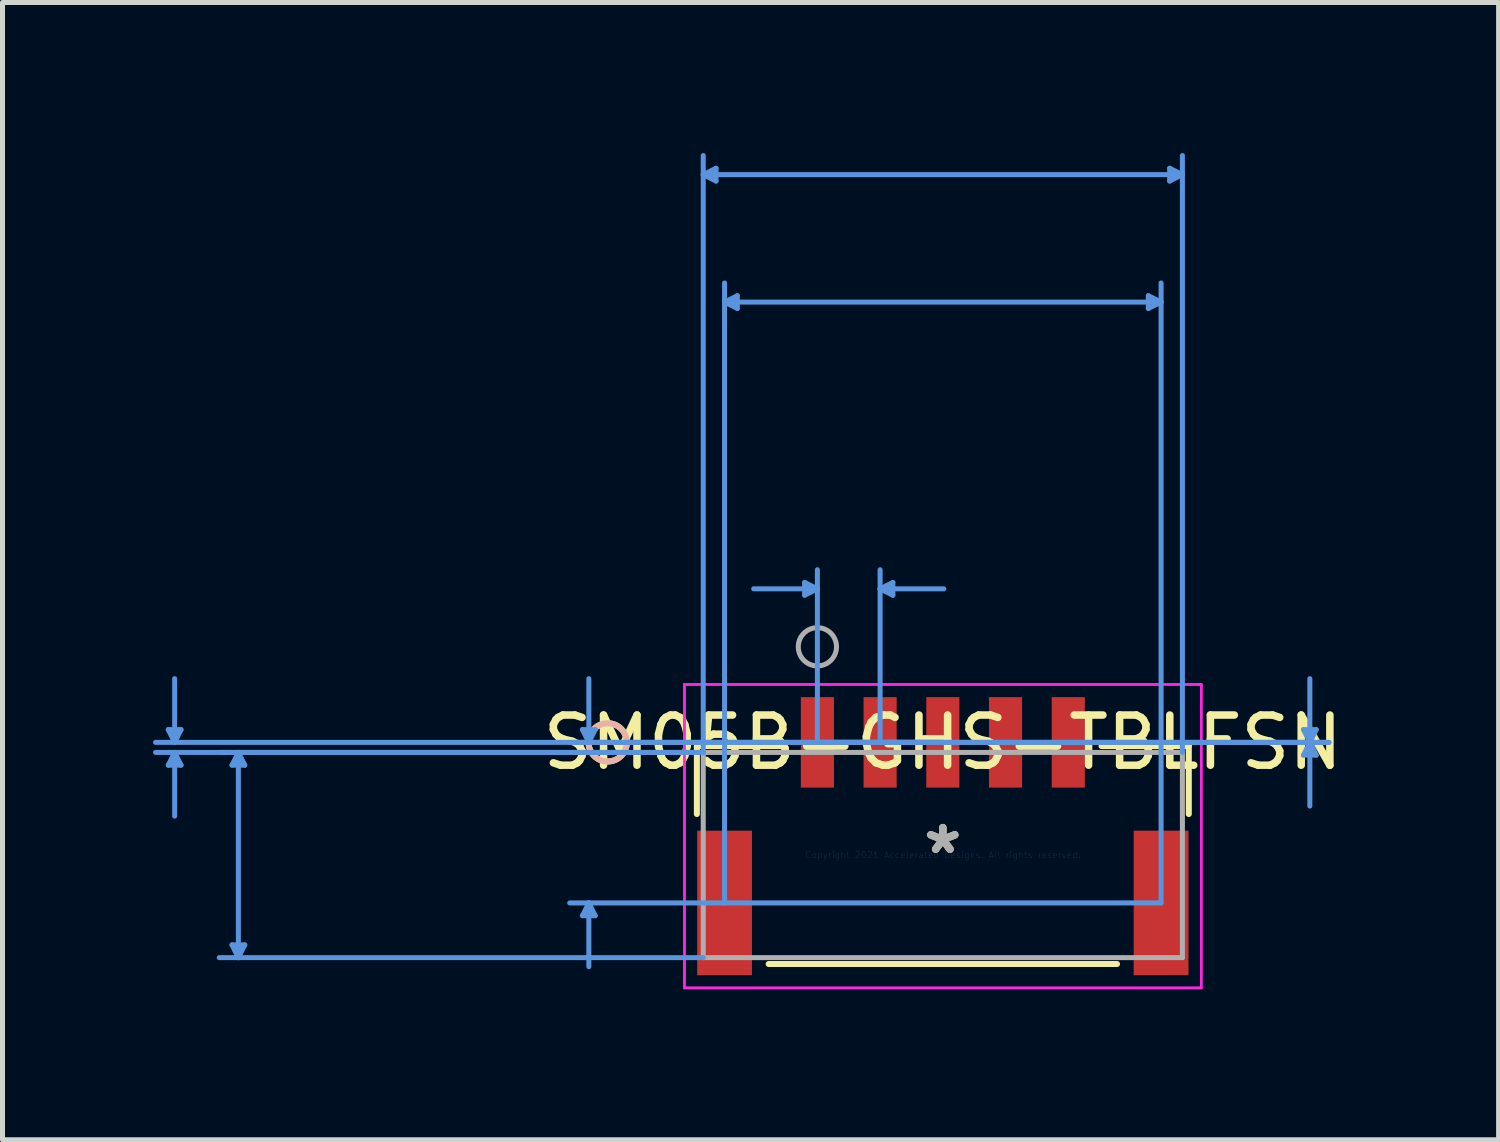
<source format=kicad_pcb>
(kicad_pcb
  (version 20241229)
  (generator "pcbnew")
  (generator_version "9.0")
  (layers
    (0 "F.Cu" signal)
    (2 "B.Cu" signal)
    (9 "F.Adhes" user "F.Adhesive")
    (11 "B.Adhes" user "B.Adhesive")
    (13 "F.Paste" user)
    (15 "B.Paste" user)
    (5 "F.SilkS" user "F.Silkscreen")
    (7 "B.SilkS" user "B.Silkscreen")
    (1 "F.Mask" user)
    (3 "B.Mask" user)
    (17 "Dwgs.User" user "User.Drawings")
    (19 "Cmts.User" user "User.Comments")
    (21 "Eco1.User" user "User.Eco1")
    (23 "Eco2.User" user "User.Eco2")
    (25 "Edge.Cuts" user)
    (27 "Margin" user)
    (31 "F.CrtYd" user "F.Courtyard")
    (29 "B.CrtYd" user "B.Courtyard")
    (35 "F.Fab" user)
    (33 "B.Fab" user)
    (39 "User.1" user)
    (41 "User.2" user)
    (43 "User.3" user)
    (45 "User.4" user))
  (footprint "SM05B-GHS-TBLFSN"
    (layer "F.Cu")
    (at 15.741 13.991)
    (property "Reference" "SM05B-GHS-TBLFSN" (at 0 -2.245 0) (layer "F.SilkS") (effects (font (size 1 1) (thickness 0.15))))
    (attr through_hole)
    (fp_line (start -4.902 -2.172) (end -4.902 -0.817) (stroke (width 0.12) (type solid)) (layer "F.SilkS"))
    (fp_line (start -3.471 2.172) (end 3.471 2.172) (stroke (width 0.12) (type solid)) (layer "F.SilkS"))
    (fp_line (start -3.163 -2.172) (end -4.902 -2.172) (stroke (width 0.12) (type solid)) (layer "F.SilkS"))
    (fp_line (start 4.902 -2.172) (end 3.163 -2.172) (stroke (width 0.12) (type solid)) (layer "F.SilkS"))
    (fp_line (start 4.902 -0.817) (end 4.902 -2.172) (stroke (width 0.12) (type solid)) (layer "F.SilkS"))
    (fp_circle (center -6.68 -2.245) (end -6.299 -2.245) (stroke (width 0.12) (type solid)) (fill no) (layer "F.SilkS"))
    (fp_circle (center -6.68 -2.245) (end -6.299 -2.245) (stroke (width 0.12) (type solid)) (fill no) (layer "B.SilkS"))
    (fp_line (start -15.437 -2.499) (end -15.183 -2.499) (stroke (width 0.1) (type solid)) (layer "Cmts.User"))
    (fp_line (start -15.437 -1.791) (end -15.183 -1.791) (stroke (width 0.1) (type solid)) (layer "Cmts.User"))
    (fp_line (start -15.31 -2.245) (end -15.437 -2.499) (stroke (width 0.1) (type solid)) (layer "Cmts.User"))
    (fp_line (start -15.31 -2.245) (end -15.31 -3.515) (stroke (width 0.1) (type solid)) (layer "Cmts.User"))
    (fp_line (start -15.31 -2.245) (end -15.183 -2.499) (stroke (width 0.1) (type solid)) (layer "Cmts.User"))
    (fp_line (start -15.31 -2.045) (end -15.437 -1.791) (stroke (width 0.1) (type solid)) (layer "Cmts.User"))
    (fp_line (start -15.31 -2.045) (end -15.31 -0.775) (stroke (width 0.1) (type solid)) (layer "Cmts.User"))
    (fp_line (start -15.31 -2.045) (end -15.183 -1.791) (stroke (width 0.1) (type solid)) (layer "Cmts.User"))
    (fp_line (start -14.167 -1.791) (end -13.913 -1.791) (stroke (width 0.1) (type solid)) (layer "Cmts.User"))
    (fp_line (start -14.167 1.791) (end -13.913 1.791) (stroke (width 0.1) (type solid)) (layer "Cmts.User"))
    (fp_line (start -14.04 -2.045) (end -14.167 -1.791) (stroke (width 0.1) (type solid)) (layer "Cmts.User"))
    (fp_line (start -14.04 -2.045) (end -14.04 2.045) (stroke (width 0.1) (type solid)) (layer "Cmts.User"))
    (fp_line (start -14.04 -2.045) (end -13.913 -1.791) (stroke (width 0.1) (type solid)) (layer "Cmts.User"))
    (fp_line (start -14.04 2.045) (end -14.167 1.791) (stroke (width 0.1) (type solid)) (layer "Cmts.User"))
    (fp_line (start -14.04 2.045) (end -13.913 1.791) (stroke (width 0.1) (type solid)) (layer "Cmts.User"))
    (fp_line (start -7.182 -2.499) (end -6.928 -2.499) (stroke (width 0.1) (type solid)) (layer "Cmts.User"))
    (fp_line (start -7.182 1.209) (end -6.928 1.209) (stroke (width 0.1) (type solid)) (layer "Cmts.User"))
    (fp_line (start -7.055 -2.245) (end -7.182 -2.499) (stroke (width 0.1) (type solid)) (layer "Cmts.User"))
    (fp_line (start -7.055 -2.245) (end -7.055 -3.515) (stroke (width 0.1) (type solid)) (layer "Cmts.User"))
    (fp_line (start -7.055 -2.245) (end -6.928 -2.499) (stroke (width 0.1) (type solid)) (layer "Cmts.User"))
    (fp_line (start -7.055 0.955) (end -7.182 1.209) (stroke (width 0.1) (type solid)) (layer "Cmts.User"))
    (fp_line (start -7.055 0.955) (end -7.055 2.225) (stroke (width 0.1) (type solid)) (layer "Cmts.User"))
    (fp_line (start -7.055 0.955) (end -6.928 1.209) (stroke (width 0.1) (type solid)) (layer "Cmts.User"))
    (fp_line (start -4.775 -13.56) (end -4.521 -13.687) (stroke (width 0.1) (type solid)) (layer "Cmts.User"))
    (fp_line (start -4.775 -13.56) (end -4.521 -13.433) (stroke (width 0.1) (type solid)) (layer "Cmts.User"))
    (fp_line (start -4.775 -13.56) (end 4.775 -13.56) (stroke (width 0.1) (type solid)) (layer "Cmts.User"))
    (fp_line (start -4.775 -2.045) (end -15.691 -2.045) (stroke (width 0.1) (type solid)) (layer "Cmts.User"))
    (fp_line (start -4.775 -2.045) (end -14.421 -2.045) (stroke (width 0.1) (type solid)) (layer "Cmts.User"))
    (fp_line (start -4.775 -2.045) (end -4.775 -13.941) (stroke (width 0.1) (type solid)) (layer "Cmts.User"))
    (fp_line (start -4.775 2.045) (end -14.421 2.045) (stroke (width 0.1) (type solid)) (layer "Cmts.User"))
    (fp_line (start -4.521 -13.687) (end -4.521 -13.433) (stroke (width 0.1) (type solid)) (layer "Cmts.User"))
    (fp_line (start -4.35 -11.02) (end -4.096 -11.147) (stroke (width 0.1) (type solid)) (layer "Cmts.User"))
    (fp_line (start -4.35 -11.02) (end -4.096 -10.893) (stroke (width 0.1) (type solid)) (layer "Cmts.User"))
    (fp_line (start -4.35 -11.02) (end 4.35 -11.02) (stroke (width 0.1) (type solid)) (layer "Cmts.User"))
    (fp_line (start -4.35 0.955) (end -4.35 -11.401) (stroke (width 0.1) (type solid)) (layer "Cmts.User"))
    (fp_line (start -4.096 -11.147) (end -4.096 -10.893) (stroke (width 0.1) (type solid)) (layer "Cmts.User"))
    (fp_line (start -2.754 -5.432) (end -2.754 -5.178) (stroke (width 0.1) (type solid)) (layer "Cmts.User"))
    (fp_line (start -2.5 -5.305) (end -3.77 -5.305) (stroke (width 0.1) (type solid)) (layer "Cmts.User"))
    (fp_line (start -2.5 -5.305) (end -2.754 -5.432) (stroke (width 0.1) (type solid)) (layer "Cmts.User"))
    (fp_line (start -2.5 -5.305) (end -2.754 -5.178) (stroke (width 0.1) (type solid)) (layer "Cmts.User"))
    (fp_line (start -2.5 -2.245) (end -2.5 -5.686) (stroke (width 0.1) (type solid)) (layer "Cmts.User"))
    (fp_line (start -2.5 -2.245) (end 7.696 -2.245) (stroke (width 0.1) (type solid)) (layer "Cmts.User"))
    (fp_line (start -2.5 -2.245) (end 7.696 -2.245) (stroke (width 0.1) (type solid)) (layer "Cmts.User"))
    (fp_line (start -1.25 -5.305) (end -0.996 -5.432) (stroke (width 0.1) (type solid)) (layer "Cmts.User"))
    (fp_line (start -1.25 -5.305) (end -0.996 -5.178) (stroke (width 0.1) (type solid)) (layer "Cmts.User"))
    (fp_line (start -1.25 -5.305) (end 0.02 -5.305) (stroke (width 0.1) (type solid)) (layer "Cmts.User"))
    (fp_line (start -1.25 -2.245) (end -1.25 -5.686) (stroke (width 0.1) (type solid)) (layer "Cmts.User"))
    (fp_line (start -0.996 -5.432) (end -0.996 -5.178) (stroke (width 0.1) (type solid)) (layer "Cmts.User"))
    (fp_line (start 0 -2.245) (end -15.691 -2.245) (stroke (width 0.1) (type solid)) (layer "Cmts.User"))
    (fp_line (start 0 -2.245) (end -7.436 -2.245) (stroke (width 0.1) (type solid)) (layer "Cmts.User"))
    (fp_line (start 4.096 -11.147) (end 4.096 -10.893) (stroke (width 0.1) (type solid)) (layer "Cmts.User"))
    (fp_line (start 4.35 -11.02) (end 4.096 -11.147) (stroke (width 0.1) (type solid)) (layer "Cmts.User"))
    (fp_line (start 4.35 -11.02) (end 4.096 -10.893) (stroke (width 0.1) (type solid)) (layer "Cmts.User"))
    (fp_line (start 4.35 0.955) (end -7.436 0.955) (stroke (width 0.1) (type solid)) (layer "Cmts.User"))
    (fp_line (start 4.35 0.955) (end 4.35 -11.401) (stroke (width 0.1) (type solid)) (layer "Cmts.User"))
    (fp_line (start 4.521 -13.687) (end 4.521 -13.433) (stroke (width 0.1) (type solid)) (layer "Cmts.User"))
    (fp_line (start 4.775 -13.56) (end 4.521 -13.687) (stroke (width 0.1) (type solid)) (layer "Cmts.User"))
    (fp_line (start 4.775 -13.56) (end 4.521 -13.433) (stroke (width 0.1) (type solid)) (layer "Cmts.User"))
    (fp_line (start 4.775 -2.045) (end 4.775 -13.941) (stroke (width 0.1) (type solid)) (layer "Cmts.User"))
    (fp_line (start 7.188 -2.499) (end 7.442 -2.499) (stroke (width 0.1) (type solid)) (layer "Cmts.User"))
    (fp_line (start 7.188 -1.991) (end 7.442 -1.991) (stroke (width 0.1) (type solid)) (layer "Cmts.User"))
    (fp_line (start 7.315 -2.245) (end 7.188 -2.499) (stroke (width 0.1) (type solid)) (layer "Cmts.User"))
    (fp_line (start 7.315 -2.245) (end 7.188 -1.991) (stroke (width 0.1) (type solid)) (layer "Cmts.User"))
    (fp_line (start 7.315 -2.245) (end 7.315 -3.515) (stroke (width 0.1) (type solid)) (layer "Cmts.User"))
    (fp_line (start 7.315 -2.245) (end 7.315 -0.975) (stroke (width 0.1) (type solid)) (layer "Cmts.User"))
    (fp_line (start 7.315 -2.245) (end 7.442 -2.499) (stroke (width 0.1) (type solid)) (layer "Cmts.User"))
    (fp_line (start 7.315 -2.245) (end 7.442 -1.991) (stroke (width 0.1) (type solid)) (layer "Cmts.User"))
    (fp_line (start -5.15 -3.4) (end -5.15 2.649) (stroke (width 0.05) (type solid)) (layer "F.CrtYd"))
    (fp_line (start -5.15 -3.4) (end -5.15 2.649) (stroke (width 0.05) (type solid)) (layer "F.CrtYd"))
    (fp_line (start -5.15 2.649) (end 5.15 2.649) (stroke (width 0.05) (type solid)) (layer "F.CrtYd"))
    (fp_line (start -5.15 2.649) (end 5.15 2.649) (stroke (width 0.05) (type solid)) (layer "F.CrtYd"))
    (fp_line (start 5.15 -3.4) (end -5.15 -3.4) (stroke (width 0.05) (type solid)) (layer "F.CrtYd"))
    (fp_line (start 5.15 -3.4) (end -5.15 -3.4) (stroke (width 0.05) (type solid)) (layer "F.CrtYd"))
    (fp_line (start 5.15 2.649) (end 5.15 -3.4) (stroke (width 0.05) (type solid)) (layer "F.CrtYd"))
    (fp_line (start 5.15 2.649) (end 5.15 -3.4) (stroke (width 0.05) (type solid)) (layer "F.CrtYd"))
    (fp_line (start -4.775 -2.045) (end -4.775 2.045) (stroke (width 0.1) (type solid)) (layer "F.Fab"))
    (fp_line (start -4.775 2.045) (end 4.775 2.045) (stroke (width 0.1) (type solid)) (layer "F.Fab"))
    (fp_line (start 4.775 -2.045) (end -4.775 -2.045) (stroke (width 0.1) (type solid)) (layer "F.Fab"))
    (fp_line (start 4.775 2.045) (end 4.775 -2.045) (stroke (width 0.1) (type solid)) (layer "F.Fab"))
    (fp_circle (center -2.5 -4.15) (end -2.119 -4.15) (stroke (width 0.1) (type solid)) (fill no) (layer "F.Fab"))
    (fp_text user "*" (at 0 0 0) (layer "F.SilkS") (effects (font (size 1 1) (thickness 0.15))))
    (fp_text user "Copyright 2021 Accelerated Designs. All rights reserved." (at 0 0 0) (layer "Cmts.User") (effects (font (size 0.127 0.127) (thickness 0.002))))
    (fp_text user "*" (at 0 0 0) (layer "F.Fab") (effects (font (size 1 1) (thickness 0.15))))
    (pad "1" smd rect (at -2.5 -2.245) (size 0.66 1.803) (layers "F.Cu" "F.Mask" "F.Paste"))
    (pad "2" smd rect (at -1.25 -2.245) (size 0.66 1.803) (layers "F.Cu" "F.Mask" "F.Paste"))
    (pad "3" smd rect (at 0 -2.245) (size 0.66 1.803) (layers "F.Cu" "F.Mask" "F.Paste"))
    (pad "4" smd rect (at 1.25 -2.245) (size 0.66 1.803) (layers "F.Cu" "F.Mask" "F.Paste"))
    (pad "5" smd rect (at 2.5 -2.245) (size 0.66 1.803) (layers "F.Cu" "F.Mask" "F.Paste"))
    (pad "6" smd rect (at -4.35 0.955) (size 1.092 2.88) (layers "F.Cu" "F.Mask" "F.Paste"))
    (pad "7" smd rect (at 4.35 0.955) (size 1.092 2.88) (layers "F.Cu" "F.Mask" "F.Paste")))
  (gr_rect
    (start -3 -3)
    (end 26.818 19.666)
    (stroke (width 0.1) (type default))
    (fill no)
    (layer "Edge.Cuts")))
</source>
